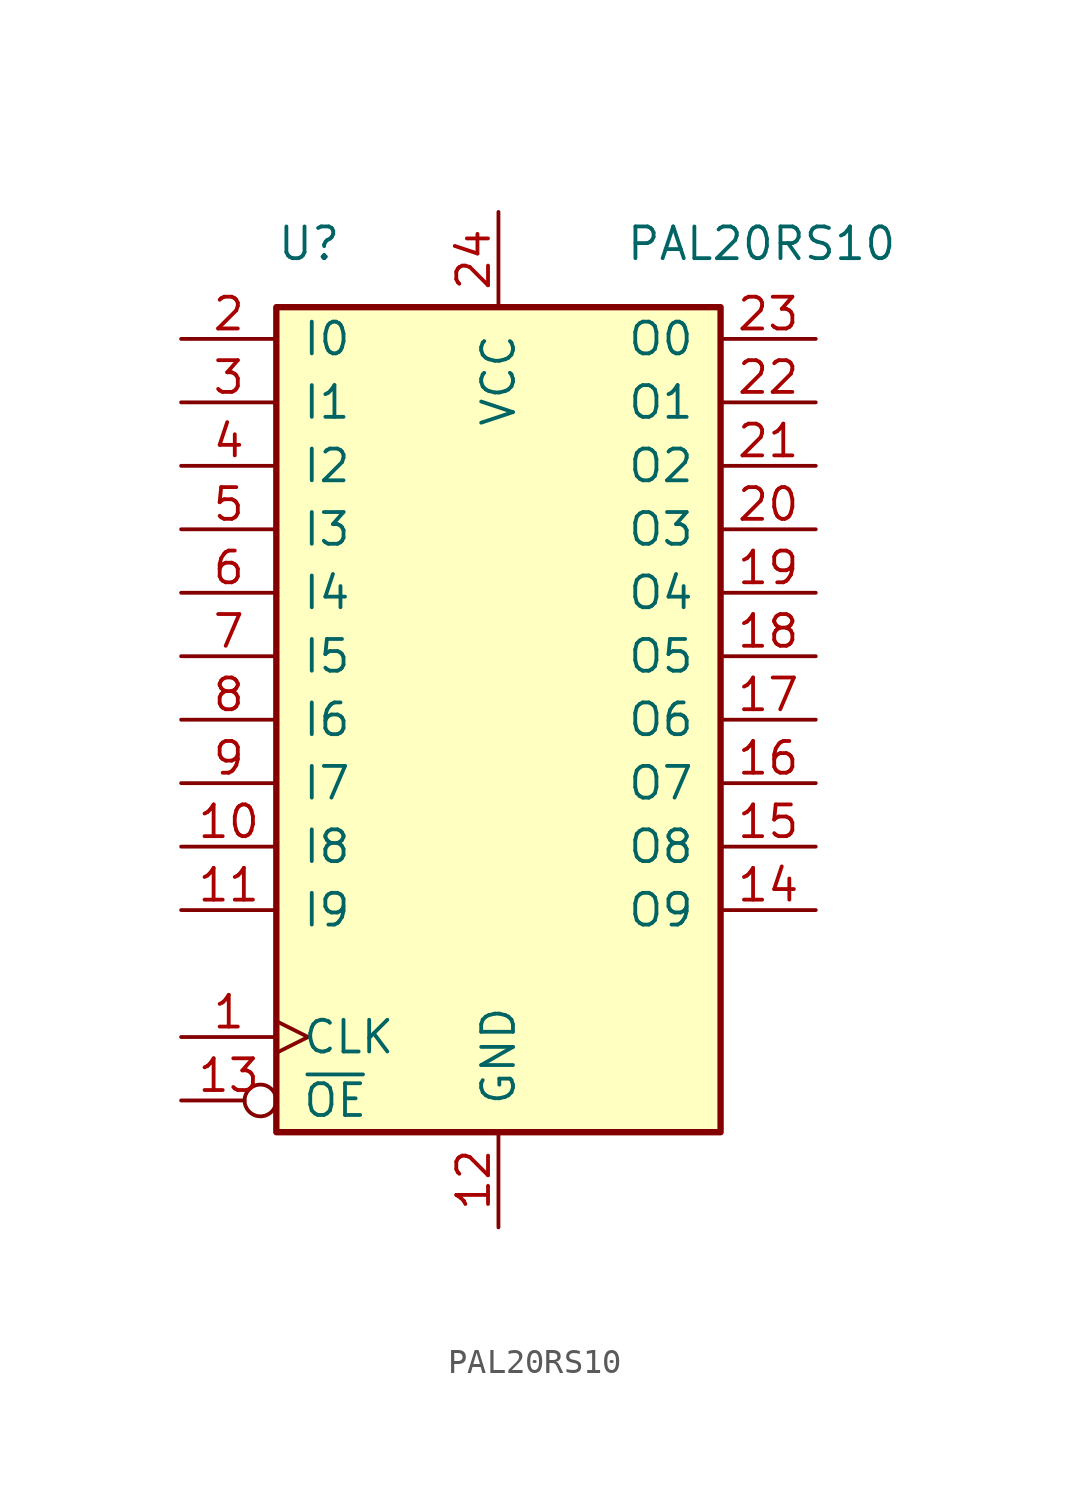
<source format=kicad_sym>
(kicad_symbol_lib
  (version 20231120)
  (generator "kicad_symbol_editor")
  (generator_version "8.0")
  (symbol "PAL20RS10"
    (pin_names
      (offset 1.016))
    (property "Reference" "U"
      (at -8.89 19.05 0)
      (effects (font (size 1.27 1.27)) (justify left)))
    (property "Value" "PAL20RS10"
      (at 5.08 19.05 0)
      (effects (font (size 1.27 1.27)) (justify left)))
    (symbol "PAL20RS10_0_1"
      (rectangle (start -8.89 -16.51) (end 8.89 16.51) (stroke (width 0.254) (type default)) (fill (type background))))
    (symbol "PAL20RS10_1_1"
      (pin input clock (at -12.7 -12.7 0) (length 3.81) (name "CLK" (effects (font (size 1.27 1.27)))) (number "1" (effects (font (size 1.27 1.27)))))
      (pin input line (at -12.7 -5.08 0) (length 3.81) (name "I8" (effects (font (size 1.27 1.27)))) (number "10" (effects (font (size 1.27 1.27)))))
      (pin input line (at -12.7 -7.62 0) (length 3.81) (name "I9" (effects (font (size 1.27 1.27)))) (number "11" (effects (font (size 1.27 1.27)))))
      (pin power_in line (at 0 -20.32 90) (length 3.81) (name "GND" (effects (font (size 1.27 1.27)))) (number "12" (effects (font (size 1.27 1.27)))))
      (pin input inverted (at -12.7 -15.24 0) (length 3.81) (name "~{OE}" (effects (font (size 1.27 1.27)))) (number "13" (effects (font (size 1.27 1.27)))))
      (pin output line (at 12.7 -7.62 180) (length 3.81) (name "O9" (effects (font (size 1.27 1.27)))) (number "14" (effects (font (size 1.27 1.27)))))
      (pin output line (at 12.7 -5.08 180) (length 3.81) (name "O8" (effects (font (size 1.27 1.27)))) (number "15" (effects (font (size 1.27 1.27)))))
      (pin output line (at 12.7 -2.54 180) (length 3.81) (name "O7" (effects (font (size 1.27 1.27)))) (number "16" (effects (font (size 1.27 1.27)))))
      (pin output line (at 12.7 0 180) (length 3.81) (name "O6" (effects (font (size 1.27 1.27)))) (number "17" (effects (font (size 1.27 1.27)))))
      (pin output line (at 12.7 2.54 180) (length 3.81) (name "O5" (effects (font (size 1.27 1.27)))) (number "18" (effects (font (size 1.27 1.27)))))
      (pin output line (at 12.7 5.08 180) (length 3.81) (name "O4" (effects (font (size 1.27 1.27)))) (number "19" (effects (font (size 1.27 1.27)))))
      (pin input line (at -12.7 15.24 0) (length 3.81) (name "I0" (effects (font (size 1.27 1.27)))) (number "2" (effects (font (size 1.27 1.27)))))
      (pin output line (at 12.7 7.62 180) (length 3.81) (name "O3" (effects (font (size 1.27 1.27)))) (number "20" (effects (font (size 1.27 1.27)))))
      (pin output line (at 12.7 10.16 180) (length 3.81) (name "O2" (effects (font (size 1.27 1.27)))) (number "21" (effects (font (size 1.27 1.27)))))
      (pin output line (at 12.7 12.7 180) (length 3.81) (name "O1" (effects (font (size 1.27 1.27)))) (number "22" (effects (font (size 1.27 1.27)))))
      (pin output line (at 12.7 15.24 180) (length 3.81) (name "O0" (effects (font (size 1.27 1.27)))) (number "23" (effects (font (size 1.27 1.27)))))
      (pin power_in line (at 0 20.32 270) (length 3.81) (name "VCC" (effects (font (size 1.27 1.27)))) (number "24" (effects (font (size 1.27 1.27)))))
      (pin input line (at -12.7 12.7 0) (length 3.81) (name "I1" (effects (font (size 1.27 1.27)))) (number "3" (effects (font (size 1.27 1.27)))))
      (pin input line (at -12.7 10.16 0) (length 3.81) (name "I2" (effects (font (size 1.27 1.27)))) (number "4" (effects (font (size 1.27 1.27)))))
      (pin input line (at -12.7 7.62 0) (length 3.81) (name "I3" (effects (font (size 1.27 1.27)))) (number "5" (effects (font (size 1.27 1.27)))))
      (pin input line (at -12.7 5.08 0) (length 3.81) (name "I4" (effects (font (size 1.27 1.27)))) (number "6" (effects (font (size 1.27 1.27)))))
      (pin input line (at -12.7 2.54 0) (length 3.81) (name "I5" (effects (font (size 1.27 1.27)))) (number "7" (effects (font (size 1.27 1.27)))))
      (pin input line (at -12.7 0 0) (length 3.81) (name "I6" (effects (font (size 1.27 1.27)))) (number "8" (effects (font (size 1.27 1.27)))))
      (pin input line (at -12.7 -2.54 0) (length 3.81) (name "I7" (effects (font (size 1.27 1.27)))) (number "9" (effects (font (size 1.27 1.27))))))))
</source>
